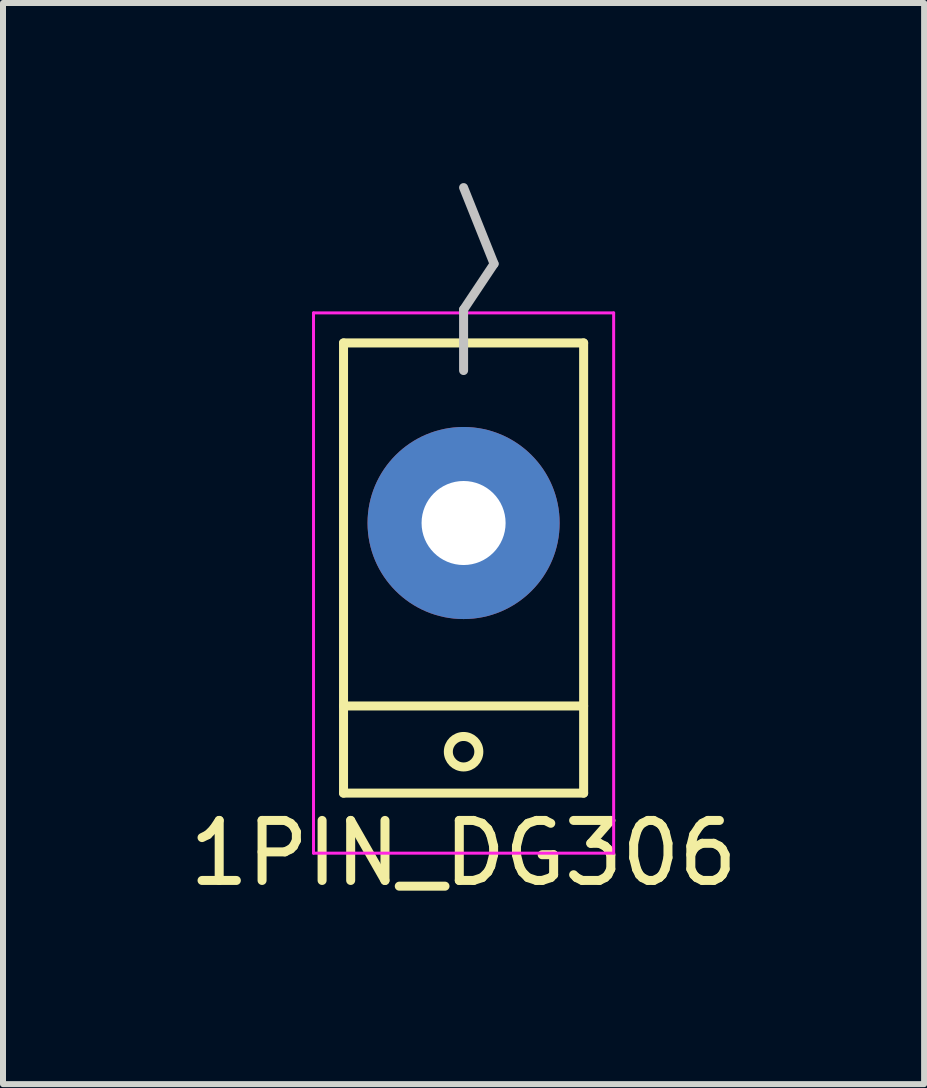
<source format=kicad_pcb>
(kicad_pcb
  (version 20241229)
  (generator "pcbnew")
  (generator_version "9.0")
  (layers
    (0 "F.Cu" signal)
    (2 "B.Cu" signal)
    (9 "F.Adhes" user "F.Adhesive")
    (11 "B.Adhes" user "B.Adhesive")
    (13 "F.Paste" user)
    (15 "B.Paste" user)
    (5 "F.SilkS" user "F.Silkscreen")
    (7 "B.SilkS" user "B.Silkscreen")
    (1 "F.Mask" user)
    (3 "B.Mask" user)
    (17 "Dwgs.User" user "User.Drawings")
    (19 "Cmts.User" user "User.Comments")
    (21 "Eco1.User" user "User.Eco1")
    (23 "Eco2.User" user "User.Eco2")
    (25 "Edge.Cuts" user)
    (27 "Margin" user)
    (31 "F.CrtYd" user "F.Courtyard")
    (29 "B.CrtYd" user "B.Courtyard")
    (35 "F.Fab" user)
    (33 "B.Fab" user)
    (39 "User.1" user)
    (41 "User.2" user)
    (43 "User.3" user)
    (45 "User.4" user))
  (footprint "1PIN_DG306"
    (layer "F.Cu")
    (at 4.673 5.663)
    (property "Reference" "1PIN_DG306" (at 0 5.5 0) (layer "F.SilkS") (effects (font (size 1 1) (thickness 0.15))))
    (attr through_hole)
    (fp_line (start -2 -3) (end 2 -3) (stroke (width 0.15) (type solid)) (layer "F.SilkS"))
    (fp_line (start -2 3.048) (end 2 3.048) (stroke (width 0.15) (type solid)) (layer "F.SilkS"))
    (fp_line (start -2 4.5) (end -2 -3) (stroke (width 0.15) (type solid)) (layer "F.SilkS"))
    (fp_line (start 2 -3) (end 2 4.5) (stroke (width 0.15) (type solid)) (layer "F.SilkS"))
    (fp_line (start 2 4.5) (end -2 4.5) (stroke (width 0.15) (type solid)) (layer "F.SilkS"))
    (fp_circle (center 0 3.81) (end 0 4.064) (stroke (width 0.15) (type solid)) (fill no) (layer "F.SilkS"))
    (fp_line (start 0 -3.556) (end 0.508 -4.318) (stroke (width 0.15) (type solid)) (layer "Dwgs.User"))
    (fp_line (start 0 -2.54) (end 0 -3.556) (stroke (width 0.15) (type solid)) (layer "Dwgs.User"))
    (fp_line (start 0.508 -4.318) (end 0 -5.588) (stroke (width 0.15) (type solid)) (layer "Dwgs.User"))
    (fp_line (start -2.5 -3.5) (end -2.5 5.5) (stroke (width 0.05) (type default)) (layer "F.CrtYd"))
    (fp_line (start -2.5 5.5) (end 2.5 5.5) (stroke (width 0.05) (type default)) (layer "F.CrtYd"))
    (fp_line (start 2.5 -3.5) (end -2.5 -3.5) (stroke (width 0.05) (type default)) (layer "F.CrtYd"))
    (fp_line (start 2.5 5.5) (end 2.5 -3.5) (stroke (width 0.05) (type default)) (layer "F.CrtYd"))
    (pad "1" thru_hole circle (at 0 0) (size 3.2 3.2) (drill 1.4) (layers "*.Cu" "*.Mask")))
  (gr_rect
    (start -3 -3)
    (end 12.345 15.011)
    (stroke (width 0.1) (type default))
    (fill no)
    (layer "Edge.Cuts")))
</source>
